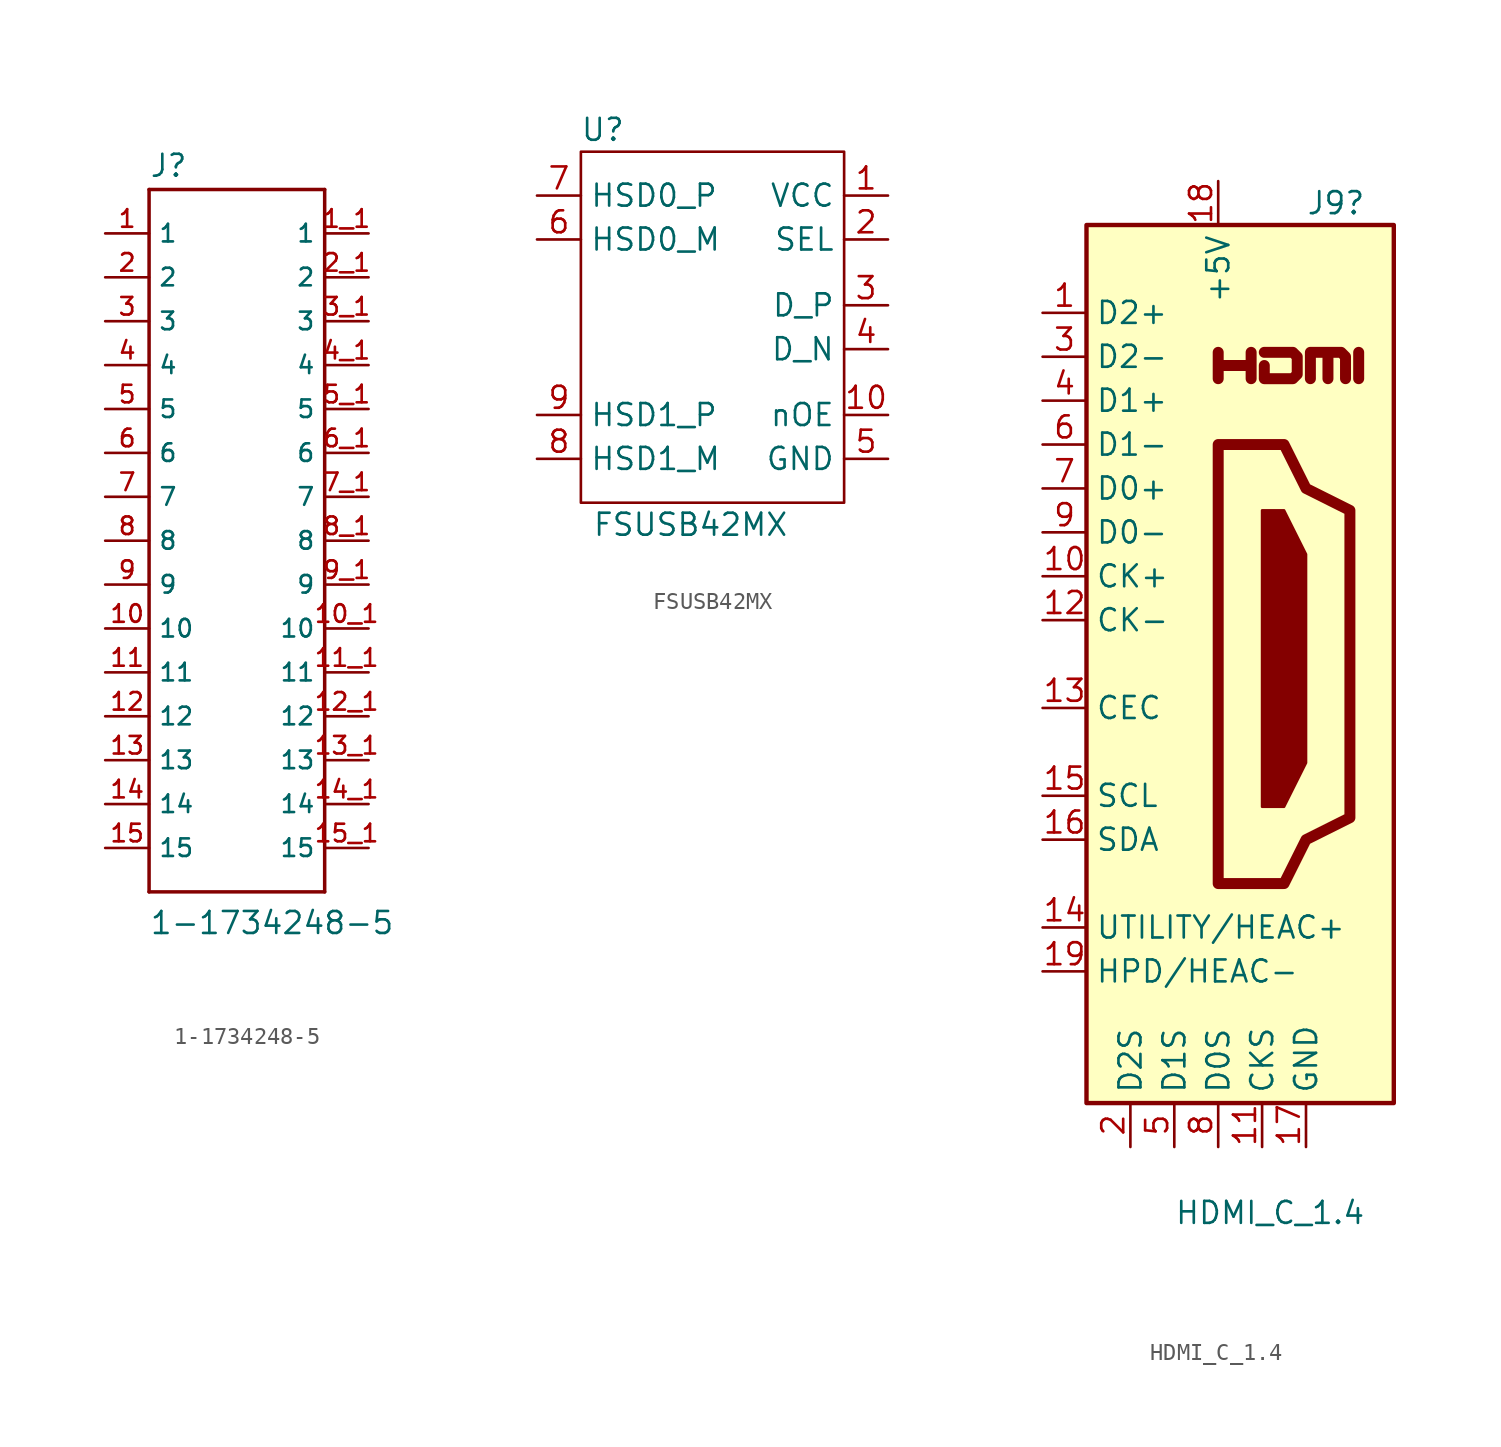
<source format=kicad_sym>
(kicad_symbol_lib
  (version 20220328)
  (generator kicad_symbol_editor)
  (symbol "1-1734248-5"
    (property "Reference" "J"
      (at -5.08 20.955 0)
      (effects (font (size 1.27 1.27)) (justify left bottom)))
    (property "Value" "1-1734248-5"
      (at -5.08 -22.86 0)
      (effects (font (size 1.27 1.27)) (justify left bottom)))
    (property "ki_locked" ""
      (at 0 0 0)
      (effects (font (size 1.27 1.27))))
    (symbol "1-1734248-5_0_0"
      (polyline (pts (xy -5.08 -20.32) (xy 5.08 -20.32)) (stroke (width 0.203) (type default)) (fill (type none)))
      (polyline (pts (xy -5.08 20.32) (xy -5.08 -20.32)) (stroke (width 0.203) (type default)) (fill (type none)))
      (polyline (pts (xy 5.08 -20.32) (xy 5.08 20.32)) (stroke (width 0.203) (type default)) (fill (type none)))
      (polyline (pts (xy 5.08 20.32) (xy -5.08 20.32)) (stroke (width 0.203) (type default)) (fill (type none)))
      (pin passive line (at -7.62 17.78 0) (length 2.54) (name "1" (effects (font (size 1.016 1.016)))) (number "1" (effects (font (size 1.016 1.016)))))
      (pin passive line (at -7.62 -5.08 0) (length 2.54) (name "10" (effects (font (size 1.016 1.016)))) (number "10" (effects (font (size 1.016 1.016)))))
      (pin passive line (at 7.62 -5.08 180) (length 2.54) (name "10" (effects (font (size 1.016 1.016)))) (number "10_1" (effects (font (size 1.016 1.016)))))
      (pin passive line (at -7.62 -7.62 0) (length 2.54) (name "11" (effects (font (size 1.016 1.016)))) (number "11" (effects (font (size 1.016 1.016)))))
      (pin passive line (at 7.62 -7.62 180) (length 2.54) (name "11" (effects (font (size 1.016 1.016)))) (number "11_1" (effects (font (size 1.016 1.016)))))
      (pin passive line (at -7.62 -10.16 0) (length 2.54) (name "12" (effects (font (size 1.016 1.016)))) (number "12" (effects (font (size 1.016 1.016)))))
      (pin passive line (at 7.62 -10.16 180) (length 2.54) (name "12" (effects (font (size 1.016 1.016)))) (number "12_1" (effects (font (size 1.016 1.016)))))
      (pin passive line (at -7.62 -12.7 0) (length 2.54) (name "13" (effects (font (size 1.016 1.016)))) (number "13" (effects (font (size 1.016 1.016)))))
      (pin passive line (at 7.62 -12.7 180) (length 2.54) (name "13" (effects (font (size 1.016 1.016)))) (number "13_1" (effects (font (size 1.016 1.016)))))
      (pin passive line (at -7.62 -15.24 0) (length 2.54) (name "14" (effects (font (size 1.016 1.016)))) (number "14" (effects (font (size 1.016 1.016)))))
      (pin passive line (at 7.62 -15.24 180) (length 2.54) (name "14" (effects (font (size 1.016 1.016)))) (number "14_1" (effects (font (size 1.016 1.016)))))
      (pin passive line (at -7.62 -17.78 0) (length 2.54) (name "15" (effects (font (size 1.016 1.016)))) (number "15" (effects (font (size 1.016 1.016)))))
      (pin passive line (at 7.62 -17.78 180) (length 2.54) (name "15" (effects (font (size 1.016 1.016)))) (number "15_1" (effects (font (size 1.016 1.016)))))
      (pin passive line (at 7.62 17.78 180) (length 2.54) (name "1" (effects (font (size 1.016 1.016)))) (number "1_1" (effects (font (size 1.016 1.016)))))
      (pin passive line (at -7.62 15.24 0) (length 2.54) (name "2" (effects (font (size 1.016 1.016)))) (number "2" (effects (font (size 1.016 1.016)))))
      (pin passive line (at 7.62 15.24 180) (length 2.54) (name "2" (effects (font (size 1.016 1.016)))) (number "2_1" (effects (font (size 1.016 1.016)))))
      (pin passive line (at -7.62 12.7 0) (length 2.54) (name "3" (effects (font (size 1.016 1.016)))) (number "3" (effects (font (size 1.016 1.016)))))
      (pin passive line (at 7.62 12.7 180) (length 2.54) (name "3" (effects (font (size 1.016 1.016)))) (number "3_1" (effects (font (size 1.016 1.016)))))
      (pin passive line (at -7.62 10.16 0) (length 2.54) (name "4" (effects (font (size 1.016 1.016)))) (number "4" (effects (font (size 1.016 1.016)))))
      (pin passive line (at 7.62 10.16 180) (length 2.54) (name "4" (effects (font (size 1.016 1.016)))) (number "4_1" (effects (font (size 1.016 1.016)))))
      (pin passive line (at -7.62 7.62 0) (length 2.54) (name "5" (effects (font (size 1.016 1.016)))) (number "5" (effects (font (size 1.016 1.016)))))
      (pin passive line (at 7.62 7.62 180) (length 2.54) (name "5" (effects (font (size 1.016 1.016)))) (number "5_1" (effects (font (size 1.016 1.016)))))
      (pin passive line (at -7.62 5.08 0) (length 2.54) (name "6" (effects (font (size 1.016 1.016)))) (number "6" (effects (font (size 1.016 1.016)))))
      (pin passive line (at 7.62 5.08 180) (length 2.54) (name "6" (effects (font (size 1.016 1.016)))) (number "6_1" (effects (font (size 1.016 1.016)))))
      (pin passive line (at -7.62 2.54 0) (length 2.54) (name "7" (effects (font (size 1.016 1.016)))) (number "7" (effects (font (size 1.016 1.016)))))
      (pin passive line (at 7.62 2.54 180) (length 2.54) (name "7" (effects (font (size 1.016 1.016)))) (number "7_1" (effects (font (size 1.016 1.016)))))
      (pin passive line (at -7.62 0 0) (length 2.54) (name "8" (effects (font (size 1.016 1.016)))) (number "8" (effects (font (size 1.016 1.016)))))
      (pin passive line (at 7.62 0 180) (length 2.54) (name "8" (effects (font (size 1.016 1.016)))) (number "8_1" (effects (font (size 1.016 1.016)))))
      (pin passive line (at -7.62 -2.54 0) (length 2.54) (name "9" (effects (font (size 1.016 1.016)))) (number "9" (effects (font (size 1.016 1.016)))))
      (pin passive line (at 7.62 -2.54 180) (length 2.54) (name "9" (effects (font (size 1.016 1.016)))) (number "9_1" (effects (font (size 1.016 1.016)))))))
  (symbol "FSUSB42MX"
    (property "Reference" "U"
      (at -7.62 20.32 0)
      (effects (font (size 1.27 1.27))))
    (property "Value" "FSUSB42MX"
      (at -2.54 -2.54 0)
      (effects (font (size 1.27 1.27))))
    (symbol "FSUSB42MX_0_0"
      (pin power_in line (at 8.89 16.51 180) (length 2.54) (name "VCC" (effects (font (size 1.27 1.27)))) (number "1" (effects (font (size 1.27 1.27)))))
      (pin input line (at 8.89 3.81 180) (length 2.54) (name "nOE" (effects (font (size 1.27 1.27)))) (number "10" (effects (font (size 1.27 1.27)))))
      (pin input line (at 8.89 13.97 180) (length 2.54) (name "SEL" (effects (font (size 1.27 1.27)))) (number "2" (effects (font (size 1.27 1.27)))))
      (pin bidirectional line (at 8.89 10.16 180) (length 2.54) (name "D_P" (effects (font (size 1.27 1.27)))) (number "3" (effects (font (size 1.27 1.27)))))
      (pin bidirectional line (at 8.89 7.62 180) (length 2.54) (name "D_N" (effects (font (size 1.27 1.27)))) (number "4" (effects (font (size 1.27 1.27)))))
      (pin power_in line (at 8.89 1.27 180) (length 2.54) (name "GND" (effects (font (size 1.27 1.27)))) (number "5" (effects (font (size 1.27 1.27)))))
      (pin bidirectional line (at -11.43 13.97 0) (length 2.54) (name "HSD0_M" (effects (font (size 1.27 1.27)))) (number "6" (effects (font (size 1.27 1.27)))))
      (pin bidirectional line (at -11.43 16.51 0) (length 2.54) (name "HSD0_P" (effects (font (size 1.27 1.27)))) (number "7" (effects (font (size 1.27 1.27)))))
      (pin bidirectional line (at -11.43 1.27 0) (length 2.54) (name "HSD1_M" (effects (font (size 1.27 1.27)))) (number "8" (effects (font (size 1.27 1.27)))))
      (pin bidirectional line (at -11.43 3.81 0) (length 2.54) (name "HSD1_P" (effects (font (size 1.27 1.27)))) (number "9" (effects (font (size 1.27 1.27))))))
    (symbol "FSUSB42MX_0_1"
      (rectangle (start -8.89 19.05) (end 6.35 -1.27) (stroke (width 0) (type default)) (fill (type none)))))
  (symbol "HDMI_C_1.4"
    (property "Reference" "J9"
      (at 5.08 26.67 0)
      (effects (font (size 1.27 1.27)) (justify left)))
    (property "Value" "HDMI_C_1.4"
      (at -2.54 -31.75 0)
      (effects (font (size 1.27 1.27)) (justify left)))
    (symbol "HDMI_C_1.4_0_0"
      (polyline (pts (xy 8.128 16.51) (xy 8.128 18.034)) (stroke (width 0.635) (type default)) (fill (type none)))
      (polyline (pts (xy 0 16.51) (xy 0 18.034) (xy 0 17.272) (xy 1.905 17.272) (xy 1.905 18.034) (xy 1.905 16.51)) (stroke (width 0.635) (type default)) (fill (type none)))
      (polyline (pts (xy 2.667 18.034) (xy 4.318 18.034) (xy 4.572 17.78) (xy 4.572 16.764) (xy 4.318 16.51) (xy 2.667 16.51) (xy 2.667 17.272)) (stroke (width 0.635) (type default)) (fill (type none))))
    (symbol "HDMI_C_1.4_0_1"
      (rectangle (start -7.62 25.4) (end 10.16 -25.4) (stroke (width 0.254) (type default)) (fill (type background)))
      (polyline (pts (xy 2.54 8.89) (xy 3.81 8.89) (xy 5.08 6.35) (xy 5.08 -5.715) (xy 3.81 -8.255) (xy 2.54 -8.255) (xy 2.54 8.89)) (stroke (width 0) (type default)) (fill (type outline)))
      (polyline (pts (xy 5.334 16.51) (xy 5.334 18.034) (xy 6.35 18.034) (xy 6.35 16.51) (xy 6.35 18.034) (xy 7.112 18.034) (xy 7.366 17.78) (xy 7.366 16.51)) (stroke (width 0.635) (type default)) (fill (type none)))
      (polyline (pts (xy 0 12.7) (xy 0 -12.7) (xy 3.81 -12.7) (xy 5.08 -10.16) (xy 7.62 -8.89) (xy 7.62 8.89) (xy 5.08 10.16) (xy 3.81 12.7) (xy 0 12.7)) (stroke (width 0.635) (type default)) (fill (type none))))
    (symbol "HDMI_C_1.4_1_1"
      (pin passive line (at -10.16 20.32 0) (length 2.54) (name "D2+" (effects (font (size 1.27 1.27)))) (number "1" (effects (font (size 1.27 1.27)))))
      (pin passive line (at -10.16 5.08 0) (length 2.54) (name "CK+" (effects (font (size 1.27 1.27)))) (number "10" (effects (font (size 1.27 1.27)))))
      (pin power_in line (at 2.54 -27.94 90) (length 2.54) (name "CKS" (effects (font (size 1.27 1.27)))) (number "11" (effects (font (size 1.27 1.27)))))
      (pin passive line (at -10.16 2.54 0) (length 2.54) (name "CK-" (effects (font (size 1.27 1.27)))) (number "12" (effects (font (size 1.27 1.27)))))
      (pin bidirectional line (at -10.16 -2.54 0) (length 2.54) (name "CEC" (effects (font (size 1.27 1.27)))) (number "13" (effects (font (size 1.27 1.27)))))
      (pin passive line (at -10.16 -15.24 0) (length 2.54) (name "UTILITY/HEAC+" (effects (font (size 1.27 1.27)))) (number "14" (effects (font (size 1.27 1.27)))))
      (pin passive line (at -10.16 -7.62 0) (length 2.54) (name "SCL" (effects (font (size 1.27 1.27)))) (number "15" (effects (font (size 1.27 1.27)))))
      (pin bidirectional line (at -10.16 -10.16 0) (length 2.54) (name "SDA" (effects (font (size 1.27 1.27)))) (number "16" (effects (font (size 1.27 1.27)))))
      (pin power_in line (at 5.08 -27.94 90) (length 2.54) (name "GND" (effects (font (size 1.27 1.27)))) (number "17" (effects (font (size 1.27 1.27)))))
      (pin power_in line (at 0 27.94 270) (length 2.54) (name "+5V" (effects (font (size 1.27 1.27)))) (number "18" (effects (font (size 1.27 1.27)))))
      (pin passive line (at -10.16 -17.78 0) (length 2.54) (name "HPD/HEAC-" (effects (font (size 1.27 1.27)))) (number "19" (effects (font (size 1.27 1.27)))))
      (pin power_in line (at -5.08 -27.94 90) (length 2.54) (name "D2S" (effects (font (size 1.27 1.27)))) (number "2" (effects (font (size 1.27 1.27)))))
      (pin passive line (at -10.16 17.78 0) (length 2.54) (name "D2-" (effects (font (size 1.27 1.27)))) (number "3" (effects (font (size 1.27 1.27)))))
      (pin passive line (at -10.16 15.24 0) (length 2.54) (name "D1+" (effects (font (size 1.27 1.27)))) (number "4" (effects (font (size 1.27 1.27)))))
      (pin power_in line (at -2.54 -27.94 90) (length 2.54) (name "D1S" (effects (font (size 1.27 1.27)))) (number "5" (effects (font (size 1.27 1.27)))))
      (pin passive line (at -10.16 12.7 0) (length 2.54) (name "D1-" (effects (font (size 1.27 1.27)))) (number "6" (effects (font (size 1.27 1.27)))))
      (pin passive line (at -10.16 10.16 0) (length 2.54) (name "D0+" (effects (font (size 1.27 1.27)))) (number "7" (effects (font (size 1.27 1.27)))))
      (pin power_in line (at 0 -27.94 90) (length 2.54) (name "D0S" (effects (font (size 1.27 1.27)))) (number "8" (effects (font (size 1.27 1.27)))))
      (pin passive line (at -10.16 7.62 0) (length 2.54) (name "D0-" (effects (font (size 1.27 1.27)))) (number "9" (effects (font (size 1.27 1.27))))))))
</source>
